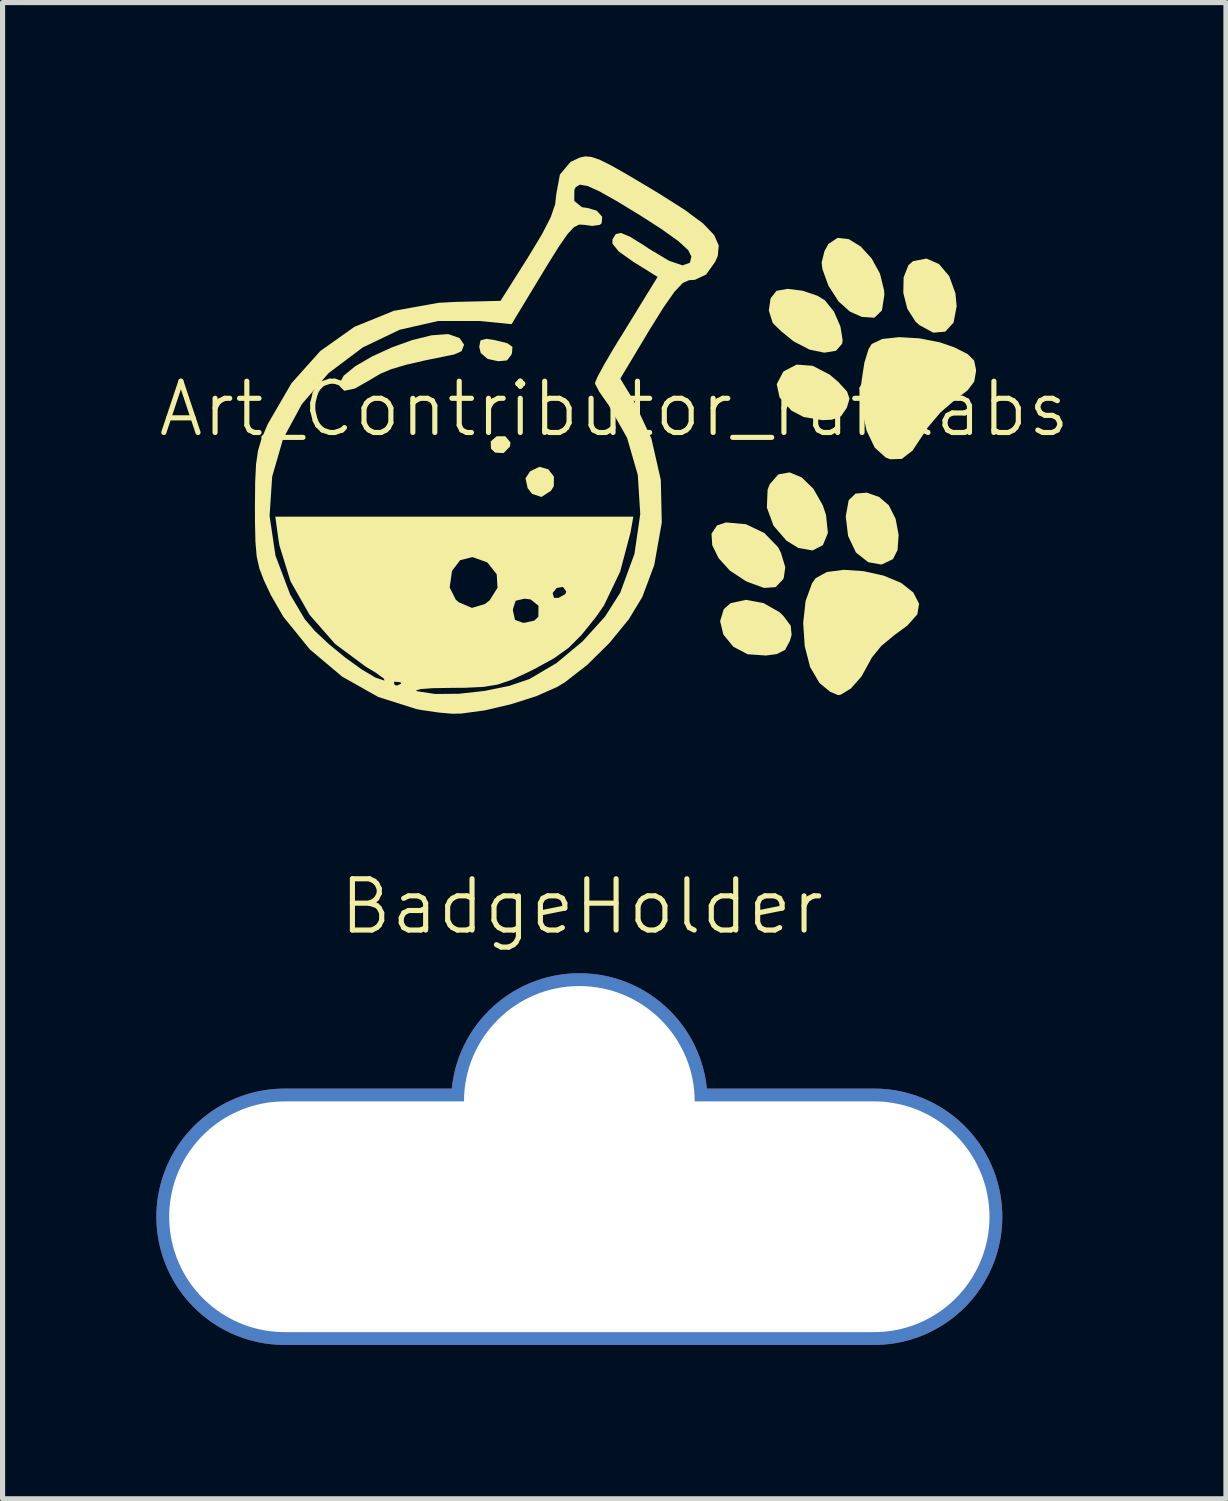
<source format=kicad_pcb>
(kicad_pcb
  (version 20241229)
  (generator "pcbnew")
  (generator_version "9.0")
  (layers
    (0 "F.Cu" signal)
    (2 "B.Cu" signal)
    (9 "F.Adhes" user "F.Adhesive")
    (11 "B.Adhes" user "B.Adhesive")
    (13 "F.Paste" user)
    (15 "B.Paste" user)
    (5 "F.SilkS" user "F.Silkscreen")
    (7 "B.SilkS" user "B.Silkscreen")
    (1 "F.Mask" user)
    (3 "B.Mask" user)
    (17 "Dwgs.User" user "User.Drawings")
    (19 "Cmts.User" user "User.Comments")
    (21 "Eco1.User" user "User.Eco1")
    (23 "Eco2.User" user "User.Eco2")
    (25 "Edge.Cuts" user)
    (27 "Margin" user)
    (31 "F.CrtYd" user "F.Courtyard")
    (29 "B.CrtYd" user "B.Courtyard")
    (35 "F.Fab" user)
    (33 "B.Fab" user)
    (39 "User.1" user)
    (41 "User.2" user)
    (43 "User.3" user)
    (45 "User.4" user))
  (footprint "Art_Contributor_rufflabs"
    (layer "F.Cu")
    (at 8.931 5.428)
    (property "Reference" "Art_Contributor_rufflabs" (at 0 -0.5 0) (unlocked yes) (layer "F.SilkS") (effects (font (size 1 1) (thickness 0.1))))
    (attr smd)
    (fp_poly (pts (xy -2.025 0.15) (xy -2.034 0.232) (xy -2.159 0.36) (xy -2.324 0.35) (xy -2.404 0.274) (xy -2.41 0.132) (xy -2.295 0.032) (xy -2.125 0.031)) (stroke (width 0) (type solid)) (fill yes) (layer "F.SilkS"))
    (fp_poly (pts (xy -1.287 0.676) (xy -1.177 0.817) (xy -1.179 1.004) (xy -1.233 1.094) (xy -1.42 1.215) (xy -1.603 1.155) (xy -1.69 1.041) (xy -1.731 0.851) (xy -1.643 0.716) (xy -1.459 0.627)) (stroke (width 0) (type solid)) (fill yes) (layer "F.SilkS"))
    (fp_poly (pts (xy -2.335 -1.845) (xy -2.087 -1.784) (xy -1.986 -1.713) (xy -1.994 -1.596) (xy -2.008 -1.556) (xy -2.093 -1.448) (xy -2.26 -1.432) (xy -2.469 -1.476) (xy -2.604 -1.593) (xy -2.634 -1.712) (xy -2.608 -1.84) (xy -2.495 -1.87)) (stroke (width 0) (type solid)) (fill yes) (layer "F.SilkS"))
    (fp_poly (pts (xy 3.658 0.835) (xy 3.883 1.054) (xy 4.067 1.377) (xy 4.131 1.566) (xy 4.167 1.918) (xy 4.069 2.156) (xy 3.868 2.259) (xy 3.591 2.21) (xy 3.359 2.068) (xy 3.106 1.775) (xy 2.977 1.423) (xy 2.991 1.074) (xy 3.032 0.967) (xy 3.201 0.775) (xy 3.42 0.736)) (stroke (width 0) (type solid)) (fill yes) (layer "F.SilkS"))
    (fp_poly (pts (xy 5.167 1.216) (xy 5.355 1.377) (xy 5.488 1.641) (xy 5.547 1.957) (xy 5.526 2.25) (xy 5.437 2.427) (xy 5.214 2.534) (xy 4.954 2.488) (xy 4.717 2.301) (xy 4.711 2.292) (xy 4.561 1.976) (xy 4.515 1.594) (xy 4.573 1.278) (xy 4.707 1.149) (xy 4.926 1.131)) (stroke (width 0) (type solid)) (fill yes) (layer "F.SilkS"))
    (fp_poly (pts (xy 6.334 -3.328) (xy 6.532 -3.094) (xy 6.654 -2.761) (xy 6.679 -2.507) (xy 6.618 -2.185) (xy 6.456 -2.009) (xy 6.223 -1.989) (xy 5.95 -2.138) (xy 5.875 -2.206) (xy 5.716 -2.456) (xy 5.638 -2.764) (xy 5.644 -3.068) (xy 5.737 -3.304) (xy 5.827 -3.384) (xy 6.09 -3.435)) (stroke (width 0) (type solid)) (fill yes) (layer "F.SilkS"))
    (fp_poly (pts (xy 2.912 3.286) (xy 3.224 3.463) (xy 3.295 3.531) (xy 3.442 3.726) (xy 3.459 3.907) (xy 3.426 4.023) (xy 3.333 4.197) (xy 3.171 4.28) (xy 2.956 4.308) (xy 2.6 4.283) (xy 2.323 4.137) (xy 2.129 3.901) (xy 2.065 3.638) (xy 2.136 3.404) (xy 2.268 3.287) (xy 2.569 3.222)) (stroke (width 0) (type solid)) (fill yes) (layer "F.SilkS"))
    (fp_poly (pts (xy 2.569 1.747) (xy 2.929 1.92) (xy 3.195 2.195) (xy 3.251 2.304) (xy 3.336 2.587) (xy 3.306 2.794) (xy 3.291 2.824) (xy 3.146 2.974) (xy 2.923 2.99) (xy 2.596 2.871) (xy 2.56 2.853) (xy 2.254 2.651) (xy 2.034 2.407) (xy 1.911 2.156) (xy 1.897 1.932) (xy 2.004 1.771) (xy 2.178 1.712)) (stroke (width 0) (type solid)) (fill yes) (layer "F.SilkS"))
    (fp_poly (pts (xy 3.87 -1.343) (xy 4.204 -1.17) (xy 4.368 -1.03) (xy 4.54 -0.842) (xy 4.589 -0.7) (xy 4.539 -0.532) (xy 4.535 -0.522) (xy 4.423 -0.359) (xy 4.245 -0.292) (xy 4.06 -0.282) (xy 3.695 -0.344) (xy 3.458 -0.468) (xy 3.224 -0.727) (xy 3.169 -0.985) (xy 3.296 -1.226) (xy 3.306 -1.236) (xy 3.558 -1.367)) (stroke (width 0) (type solid)) (fill yes) (layer "F.SilkS"))
    (fp_poly (pts (xy 4.576 -3.813) (xy 4.808 -3.669) (xy 5.021 -3.436) (xy 5.183 -3.141) (xy 5.264 -2.813) (xy 5.268 -2.724) (xy 5.221 -2.423) (xy 5.075 -2.281) (xy 4.829 -2.297) (xy 4.598 -2.399) (xy 4.373 -2.6) (xy 4.178 -2.905) (xy 4.06 -3.228) (xy 4.045 -3.359) (xy 4.1 -3.579) (xy 4.177 -3.719) (xy 4.356 -3.839)) (stroke (width 0) (type solid)) (fill yes) (layer "F.SilkS"))
    (fp_poly (pts (xy 3.675 -2.807) (xy 3.964 -2.709) (xy 4.109 -2.62) (xy 4.286 -2.399) (xy 4.412 -2.109) (xy 4.455 -1.84) (xy 4.445 -1.774) (xy 4.325 -1.636) (xy 4.097 -1.599) (xy 3.809 -1.659) (xy 3.51 -1.813) (xy 3.481 -1.834) (xy 3.263 -2.01) (xy 3.11 -2.158) (xy 3.088 -2.187) (xy 3.015 -2.422) (xy 3.049 -2.66) (xy 3.164 -2.805) (xy 3.381 -2.844)) (stroke (width 0) (type solid)) (fill yes) (layer "F.SilkS"))
    (fp_poly (pts (xy -3.224 -1.958) (xy -3.016 -1.883) (xy -2.929 -1.755) (xy -2.978 -1.628) (xy -3.122 -1.564) (xy -3.665 -1.454) (xy -4.061 -1.363) (xy -4.347 -1.278) (xy -4.56 -1.189) (xy -4.738 -1.084) (xy -4.75 -1.076) (xy -5.06 -0.899) (xy -5.267 -0.856) (xy -5.359 -0.948) (xy -5.362 -0.99) (xy -5.278 -1.15) (xy -5.051 -1.335) (xy -4.725 -1.525) (xy -4.341 -1.701) (xy -3.94 -1.845) (xy -3.563 -1.938) (xy -3.254 -1.961)) (stroke (width 0) (type solid)) (fill yes) (layer "F.SilkS"))
    (fp_poly (pts (xy 4.865 2.663) (xy 5.257 2.75) (xy 5.597 2.892) (xy 5.832 3.078) (xy 5.833 3.079) (xy 5.946 3.298) (xy 5.912 3.504) (xy 5.718 3.723) (xy 5.461 3.912) (xy 5.211 4.119) (xy 5.024 4.348) (xy 4.987 4.418) (xy 4.822 4.717) (xy 4.616 4.951) (xy 4.416 5.073) (xy 4.366 5.08) (xy 4.211 5.015) (xy 4.019 4.858) (xy 3.998 4.836) (xy 3.82 4.532) (xy 3.715 4.125) (xy 3.685 3.674) (xy 3.732 3.245) (xy 3.858 2.898) (xy 3.929 2.799) (xy 4.146 2.679) (xy 4.477 2.636)) (stroke (width 0) (type solid)) (fill yes) (layer "F.SilkS"))
    (fp_poly (pts (xy 5.949 -1.879) (xy 6.35 -1.801) (xy 6.636 -1.702) (xy 6.894 -1.571) (xy 7.019 -1.446) (xy 7.055 -1.276) (xy 7.056 -1.234) (xy 7.021 -1.034) (xy 6.891 -0.863) (xy 6.656 -0.685) (xy 6.364 -0.435) (xy 6.106 -0.129) (xy 6.037 -0.019) (xy 5.818 0.311) (xy 5.609 0.473) (xy 5.387 0.48) (xy 5.294 0.446) (xy 5.08 0.252) (xy 4.92 -0.082) (xy 4.829 -0.514) (xy 4.82 -1.002) (xy 4.824 -1.048) (xy 4.878 -1.401) (xy 4.96 -1.669) (xy 5.022 -1.769) (xy 5.228 -1.866) (xy 5.556 -1.902)) (stroke (width 0) (type solid)) (fill yes) (layer "F.SilkS"))
    (fp_poly (pts (xy -0.447 -5.418) (xy -0.288 -5.364) (xy -0.062 -5.252) (xy 0.26 -5.069) (xy 0.706 -4.804) (xy 0.868 -4.706) (xy 1.378 -4.383) (xy 1.733 -4.119) (xy 1.948 -3.894) (xy 2.038 -3.69) (xy 2.02 -3.488) (xy 1.969 -3.372) (xy 1.792 -3.123) (xy 1.576 -3.021) (xy 1.458 -3.012) (xy 1.338 -2.959) (xy 1.179 -2.792) (xy 0.966 -2.49) (xy 0.693 -2.052) (xy 0.118 -1.093) (xy 0.379 -0.664) (xy 0.725 0.078) (xy 0.908 0.883) (xy 0.927 1.717) (xy 0.78 2.544) (xy 0.547 3.167) (xy 0.284 3.601) (xy -0.092 4.061) (xy -0.526 4.49) (xy -0.962 4.83) (xy -1.119 4.924) (xy -1.521 5.101) (xy -2.017 5.259) (xy -2.53 5.379) (xy -2.985 5.44) (xy -3.151 5.444) (xy -3.425 5.42) (xy -3.761 5.371) (xy -3.857 5.353) (xy -4.604 5.116) (xy -5.113 4.829) (xy -4.296 4.829) (xy -4.283 4.885) (xy -4.233 4.892) (xy -4.156 4.857) (xy -4.171 4.829) (xy -4.282 4.818) (xy -4.296 4.829) (xy -5.113 4.829) (xy -5.31 4.718) (xy -5.939 4.187) (xy -6.455 3.551) (xy -6.696 3.133) (xy -6.831 2.847) (xy -6.921 2.613) (xy -6.974 2.378) (xy -6.999 2.089) (xy -7.008 1.694) (xy -7.008 1.584) (xy -6.723 1.584) (xy -6.608 2.358) (xy -6.322 3.117) (xy -6.037 3.598) (xy -5.843 3.826) (xy -5.566 4.086) (xy -5.248 4.347) (xy -4.932 4.575) (xy -4.663 4.736) (xy -4.482 4.797) (xy -4.481 4.797) (xy -4.497 4.755) (xy -4.644 4.648) (xy -4.849 4.524) (xy -5.445 4.082) (xy -5.943 3.514) (xy -5.988 3.434) (xy -1.976 3.434) (xy -1.936 3.613) (xy -1.784 3.668) (xy -1.748 3.669) (xy -1.558 3.626) (xy -1.48 3.551) (xy -1.478 3.337) (xy -1.629 3.215) (xy -1.75 3.199) (xy -1.923 3.24) (xy -1.975 3.399) (xy -1.976 3.434) (xy -5.988 3.434) (xy -6.246 2.98) (xy -3.21 2.98) (xy -3.092 3.217) (xy -3.033 3.269) (xy -2.776 3.379) (xy -2.523 3.304) (xy -2.43 3.231) (xy -2.342 3.09) (xy -1.202 3.09) (xy -1.175 3.184) (xy -1.088 3.184) (xy -0.955 3.11) (xy -0.936 3.057) (xy -1.001 2.97) (xy -1.122 2.99) (xy -1.202 3.09) (xy -2.342 3.09) (xy -2.277 2.987) (xy -2.292 2.724) (xy -2.468 2.501) (xy -2.488 2.487) (xy -2.765 2.388) (xy -3.005 2.448) (xy -3.162 2.653) (xy -3.165 2.662) (xy -3.21 2.98) (xy -6.246 2.98) (xy -6.314 2.861) (xy -6.53 2.164) (xy -6.551 2.038) (xy -6.611 1.599) (xy -3.12 1.599) (xy 0.372 1.599) (xy 0.318 1.905) (xy 0.115 2.672) (xy -0.201 3.332) (xy -0.354 3.553) (xy -0.636 3.904) (xy -0.889 4.157) (xy -1.175 4.362) (xy -1.556 4.571) (xy -1.693 4.639) (xy -2.009 4.785) (xy -2.272 4.874) (xy -2.55 4.92) (xy -2.91 4.937) (xy -3.181 4.939) (xy -3.537 4.945) (xy -3.774 4.962) (xy -3.867 4.988) (xy -3.839 5.006) (xy -3.492 5.058) (xy -3.034 5.054) (xy -2.532 4.999) (xy -2.05 4.901) (xy -1.657 4.768) (xy -1.651 4.765) (xy -1.127 4.456) (xy -0.619 4.033) (xy -0.182 3.551) (xy 0.117 3.082) (xy 0.394 2.326) (xy 0.507 1.55) (xy 0.459 0.786) (xy 0.251 0.064) (xy -0.115 -0.585) (xy -0.144 -0.624) (xy -0.291 -0.834) (xy -0.371 -0.986) (xy -0.376 -1.009) (xy -0.33 -1.121) (xy -0.206 -1.351) (xy -0.028 -1.656) (xy 0.055 -1.792) (xy 0.277 -2.152) (xy 0.483 -2.488) (xy 0.637 -2.739) (xy 0.666 -2.785) (xy 0.845 -3.077) (xy 0.377 -3.368) (xy 0.09 -3.571) (xy -0.035 -3.724) (xy -0.036 -3.805) (xy 0.028 -3.912) (xy 0.13 -3.934) (xy 0.305 -3.862) (xy 0.586 -3.688) (xy 0.684 -3.622) (xy 1.07 -3.391) (xy 1.333 -3.302) (xy 1.476 -3.353) (xy 1.505 -3.474) (xy 1.444 -3.597) (xy 1.253 -3.773) (xy 0.918 -4.012) (xy 0.511 -4.274) (xy 0.041 -4.56) (xy -0.297 -4.75) (xy -0.525 -4.852) (xy -0.669 -4.876) (xy -0.75 -4.83) (xy -0.778 -4.774) (xy -0.78 -4.559) (xy -0.629 -4.436) (xy -0.517 -4.421) (xy -0.341 -4.368) (xy -0.235 -4.25) (xy -0.245 -4.125) (xy -0.282 -4.092) (xy -0.433 -4.071) (xy -0.584 -4.092) (xy -0.685 -4.098) (xy -0.786 -4.047) (xy -0.909 -3.915) (xy -1.076 -3.675) (xy -1.307 -3.305) (xy -1.401 -3.15) (xy -2.003 -2.155) (xy -2.63 -2.217) (xy -3.435 -2.217) (xy -4.186 -2.046) (xy -4.906 -1.701) (xy -5.572 -1.2) (xy -6.092 -0.597) (xy -6.46 0.083) (xy -6.672 0.818) (xy -6.723 1.584) (xy -7.008 1.584) (xy -7.009 1.413) (xy -7.004 0.926) (xy -6.987 0.576) (xy -6.948 0.31) (xy -6.879 0.077) (xy -6.772 -0.175) (xy -6.751 -0.22) (xy -6.295 -1.004) (xy -5.734 -1.631) (xy -5.07 -2.102) (xy -4.302 -2.415) (xy -3.432 -2.571) (xy -3.108 -2.589) (xy -2.218 -2.61) (xy -1.673 -3.473) (xy -1.408 -3.912) (xy -1.24 -4.239) (xy -1.153 -4.492) (xy -1.129 -4.702) (xy -1.06 -5.074) (xy -0.853 -5.32) (xy -0.672 -5.405) (xy -0.565 -5.428)) (stroke (width 0) (type solid)) (fill yes) (layer "F.SilkS")))
  (footprint "BadgeHolder"
    (layer "F.Cu")
    (at 8.3 18.433)
    (property "Reference" "BadgeHolder" (at 0 -3.8 0) (unlocked yes) (layer "F.SilkS") (effects (font (size 1 1) (thickness 0.1))))
    (attr through_hole)
    (fp_text user "${REFERENCE}" (at 0 2.5 0) (unlocked yes) (layer "F.Fab") (effects (font (size 1 1) (thickness 0.15))))
    (pad "" thru_hole circle (at -0.05 0) (size 5 5) (drill 4.5) (layers "*.Cu" "*.Mask"))
    (pad "" thru_hole oval (at -0.05 2.25) (size 16.5 5) (drill oval 16 4.5) (layers "*.Cu" "*.Mask")))
  (gr_rect
    (start -3 -3)
    (end 20.862 26.183)
    (stroke (width 0.1) (type default))
    (fill no)
    (layer "Edge.Cuts")))
</source>
